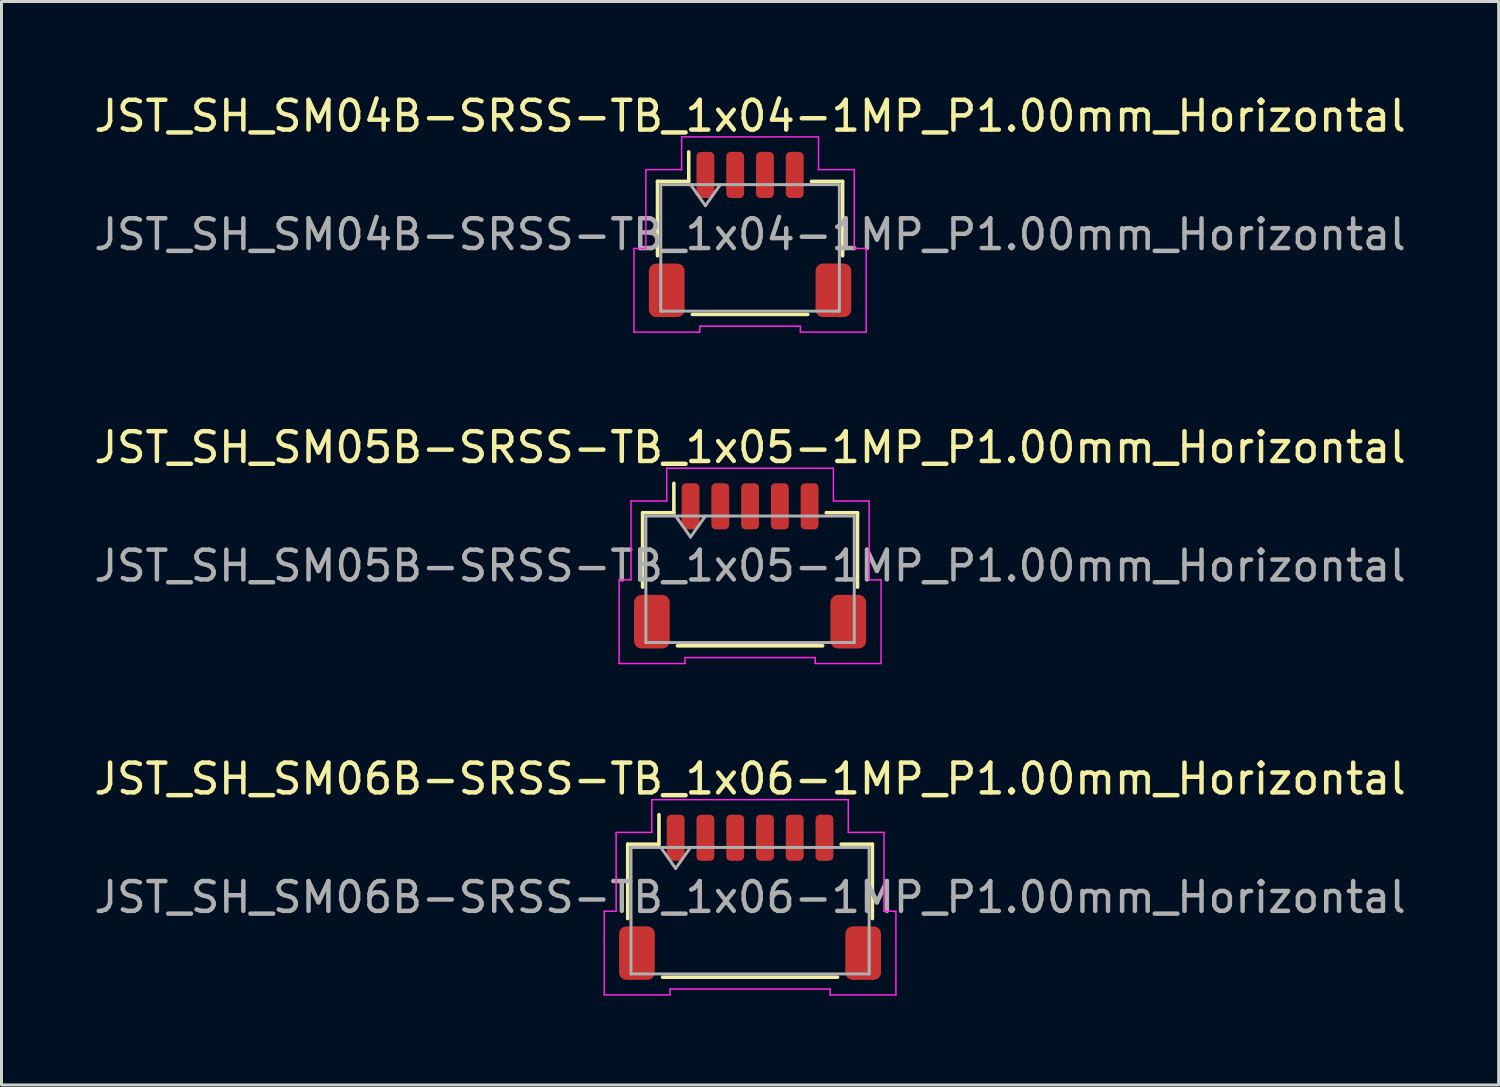
<source format=kicad_pcb>
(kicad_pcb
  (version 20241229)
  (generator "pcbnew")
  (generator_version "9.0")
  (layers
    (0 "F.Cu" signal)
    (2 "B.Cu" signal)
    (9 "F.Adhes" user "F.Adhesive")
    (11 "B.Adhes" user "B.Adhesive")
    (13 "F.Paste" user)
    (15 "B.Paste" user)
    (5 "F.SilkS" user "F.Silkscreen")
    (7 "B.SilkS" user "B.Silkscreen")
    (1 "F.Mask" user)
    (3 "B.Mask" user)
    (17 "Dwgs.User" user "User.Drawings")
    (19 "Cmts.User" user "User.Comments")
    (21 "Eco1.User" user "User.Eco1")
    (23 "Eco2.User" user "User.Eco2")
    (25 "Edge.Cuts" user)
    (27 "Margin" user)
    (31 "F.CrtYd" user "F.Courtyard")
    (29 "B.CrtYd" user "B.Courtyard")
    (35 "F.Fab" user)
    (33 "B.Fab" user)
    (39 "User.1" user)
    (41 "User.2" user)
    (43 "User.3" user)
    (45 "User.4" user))
  (footprint "JST_SH_SM04B-SRSS-TB_1x04-1MP_P1.00mm_Horizontal"
    (layer "F.Cu")
    (at 22.149 4.828)
    (property "Reference" "JST_SH_SM04B-SRSS-TB_1x04-1MP_P1.00mm_Horizontal" (at 0 -3.98 180) (layer "F.SilkS") (effects (font (size 1 1) (thickness 0.15))))
    (attr smd)
    (fp_line (start -3.11 -1.785) (end -2.06 -1.785) (stroke (width 0.12) (type solid)) (layer "F.SilkS"))
    (fp_line (start -3.11 0.715) (end -3.11 -1.785) (stroke (width 0.12) (type solid)) (layer "F.SilkS"))
    (fp_line (start -2.06 -1.785) (end -2.06 -2.775) (stroke (width 0.12) (type solid)) (layer "F.SilkS"))
    (fp_line (start -1.94 2.685) (end 1.94 2.685) (stroke (width 0.12) (type solid)) (layer "F.SilkS"))
    (fp_line (start 3.11 -1.785) (end 2.06 -1.785) (stroke (width 0.12) (type solid)) (layer "F.SilkS"))
    (fp_line (start 3.11 0.715) (end 3.11 -1.785) (stroke (width 0.12) (type solid)) (layer "F.SilkS"))
    (fp_line (start -3.9 0.47) (end -3.5 0.47) (stroke (width 0.05) (type solid)) (layer "F.CrtYd"))
    (fp_line (start -3.9 3.28) (end -3.9 0.47) (stroke (width 0.05) (type solid)) (layer "F.CrtYd"))
    (fp_line (start -3.5 -2.18) (end -2.3 -2.18) (stroke (width 0.05) (type solid)) (layer "F.CrtYd"))
    (fp_line (start -3.5 0.47) (end -3.5 -2.18) (stroke (width 0.05) (type solid)) (layer "F.CrtYd"))
    (fp_line (start -2.3 -3.28) (end 2.3 -3.28) (stroke (width 0.05) (type solid)) (layer "F.CrtYd"))
    (fp_line (start -2.3 -2.18) (end -2.3 -3.28) (stroke (width 0.05) (type solid)) (layer "F.CrtYd"))
    (fp_line (start -1.69 3.08) (end -1.69 3.28) (stroke (width 0.05) (type solid)) (layer "F.CrtYd"))
    (fp_line (start -1.69 3.28) (end -3.9 3.28) (stroke (width 0.05) (type solid)) (layer "F.CrtYd"))
    (fp_line (start 1.69 3.08) (end -1.69 3.08) (stroke (width 0.05) (type solid)) (layer "F.CrtYd"))
    (fp_line (start 1.69 3.28) (end 1.69 3.08) (stroke (width 0.05) (type solid)) (layer "F.CrtYd"))
    (fp_line (start 2.3 -3.28) (end 2.3 -2.18) (stroke (width 0.05) (type solid)) (layer "F.CrtYd"))
    (fp_line (start 2.3 -2.18) (end 3.5 -2.18) (stroke (width 0.05) (type solid)) (layer "F.CrtYd"))
    (fp_line (start 3.5 -2.18) (end 3.5 0.47) (stroke (width 0.05) (type solid)) (layer "F.CrtYd"))
    (fp_line (start 3.5 0.47) (end 3.9 0.47) (stroke (width 0.05) (type solid)) (layer "F.CrtYd"))
    (fp_line (start 3.9 0.47) (end 3.9 3.28) (stroke (width 0.05) (type solid)) (layer "F.CrtYd"))
    (fp_line (start 3.9 3.28) (end 1.69 3.28) (stroke (width 0.05) (type solid)) (layer "F.CrtYd"))
    (fp_line (start -3 -1.675) (end -3 2.575) (stroke (width 0.1) (type solid)) (layer "F.Fab"))
    (fp_line (start -3 -1.675) (end 3 -1.675) (stroke (width 0.1) (type solid)) (layer "F.Fab"))
    (fp_line (start -3 2.575) (end 3 2.575) (stroke (width 0.1) (type solid)) (layer "F.Fab"))
    (fp_line (start -2 -1.675) (end -1.5 -0.968) (stroke (width 0.1) (type solid)) (layer "F.Fab"))
    (fp_line (start -1.5 -0.968) (end -1 -1.675) (stroke (width 0.1) (type solid)) (layer "F.Fab"))
    (fp_line (start 3 -1.675) (end 3 2.575) (stroke (width 0.1) (type solid)) (layer "F.Fab"))
    (fp_text user "${REFERENCE}" (at 0 0 180) (layer "F.Fab") (effects (font (size 1 1) (thickness 0.15))))
    (pad "1" smd roundrect (at -1.5 -2) (size 0.6 1.55) (layers "F.Cu" "F.Mask" "F.Paste") (roundrect_rratio 0.25))
    (pad "2" smd roundrect (at -0.5 -2) (size 0.6 1.55) (layers "F.Cu" "F.Mask" "F.Paste") (roundrect_rratio 0.25))
    (pad "3" smd roundrect (at 0.5 -2) (size 0.6 1.55) (layers "F.Cu" "F.Mask" "F.Paste") (roundrect_rratio 0.25))
    (pad "4" smd roundrect (at 1.5 -2) (size 0.6 1.55) (layers "F.Cu" "F.Mask" "F.Paste") (roundrect_rratio 0.25))
    (pad "MP" smd roundrect (at -2.8 1.875) (size 1.2 1.8) (layers "F.Cu" "F.Mask" "F.Paste") (roundrect_rratio 0.208))
    (pad "MP" smd roundrect (at 2.8 1.875) (size 1.2 1.8) (layers "F.Cu" "F.Mask" "F.Paste") (roundrect_rratio 0.208)))
  (footprint "JST_SH_SM06B-SRSS-TB_1x06-1MP_P1.00mm_Horizontal"
    (layer "F.Cu")
    (at 22.149 27.095)
    (property "Reference" "JST_SH_SM06B-SRSS-TB_1x06-1MP_P1.00mm_Horizontal" (at 0 -3.98 180) (layer "F.SilkS") (effects (font (size 1 1) (thickness 0.15))))
    (attr smd)
    (fp_line (start -4.11 -1.785) (end -3.06 -1.785) (stroke (width 0.12) (type solid)) (layer "F.SilkS"))
    (fp_line (start -4.11 0.715) (end -4.11 -1.785) (stroke (width 0.12) (type solid)) (layer "F.SilkS"))
    (fp_line (start -3.06 -1.785) (end -3.06 -2.775) (stroke (width 0.12) (type solid)) (layer "F.SilkS"))
    (fp_line (start -2.94 2.685) (end 2.94 2.685) (stroke (width 0.12) (type solid)) (layer "F.SilkS"))
    (fp_line (start 4.11 -1.785) (end 3.06 -1.785) (stroke (width 0.12) (type solid)) (layer "F.SilkS"))
    (fp_line (start 4.11 0.715) (end 4.11 -1.785) (stroke (width 0.12) (type solid)) (layer "F.SilkS"))
    (fp_line (start -4.9 0.47) (end -4.5 0.47) (stroke (width 0.05) (type solid)) (layer "F.CrtYd"))
    (fp_line (start -4.9 3.28) (end -4.9 0.47) (stroke (width 0.05) (type solid)) (layer "F.CrtYd"))
    (fp_line (start -4.5 -2.18) (end -3.3 -2.18) (stroke (width 0.05) (type solid)) (layer "F.CrtYd"))
    (fp_line (start -4.5 0.47) (end -4.5 -2.18) (stroke (width 0.05) (type solid)) (layer "F.CrtYd"))
    (fp_line (start -3.3 -3.28) (end 3.3 -3.28) (stroke (width 0.05) (type solid)) (layer "F.CrtYd"))
    (fp_line (start -3.3 -2.18) (end -3.3 -3.28) (stroke (width 0.05) (type solid)) (layer "F.CrtYd"))
    (fp_line (start -2.69 3.08) (end -2.69 3.28) (stroke (width 0.05) (type solid)) (layer "F.CrtYd"))
    (fp_line (start -2.69 3.28) (end -4.9 3.28) (stroke (width 0.05) (type solid)) (layer "F.CrtYd"))
    (fp_line (start 2.69 3.08) (end -2.69 3.08) (stroke (width 0.05) (type solid)) (layer "F.CrtYd"))
    (fp_line (start 2.69 3.28) (end 2.69 3.08) (stroke (width 0.05) (type solid)) (layer "F.CrtYd"))
    (fp_line (start 3.3 -3.28) (end 3.3 -2.18) (stroke (width 0.05) (type solid)) (layer "F.CrtYd"))
    (fp_line (start 3.3 -2.18) (end 4.5 -2.18) (stroke (width 0.05) (type solid)) (layer "F.CrtYd"))
    (fp_line (start 4.5 -2.18) (end 4.5 0.47) (stroke (width 0.05) (type solid)) (layer "F.CrtYd"))
    (fp_line (start 4.5 0.47) (end 4.9 0.47) (stroke (width 0.05) (type solid)) (layer "F.CrtYd"))
    (fp_line (start 4.9 0.47) (end 4.9 3.28) (stroke (width 0.05) (type solid)) (layer "F.CrtYd"))
    (fp_line (start 4.9 3.28) (end 2.69 3.28) (stroke (width 0.05) (type solid)) (layer "F.CrtYd"))
    (fp_line (start -4 -1.675) (end -4 2.575) (stroke (width 0.1) (type solid)) (layer "F.Fab"))
    (fp_line (start -4 -1.675) (end 4 -1.675) (stroke (width 0.1) (type solid)) (layer "F.Fab"))
    (fp_line (start -4 2.575) (end 4 2.575) (stroke (width 0.1) (type solid)) (layer "F.Fab"))
    (fp_line (start -3 -1.675) (end -2.5 -0.968) (stroke (width 0.1) (type solid)) (layer "F.Fab"))
    (fp_line (start -2.5 -0.968) (end -2 -1.675) (stroke (width 0.1) (type solid)) (layer "F.Fab"))
    (fp_line (start 4 -1.675) (end 4 2.575) (stroke (width 0.1) (type solid)) (layer "F.Fab"))
    (fp_text user "${REFERENCE}" (at 0 0 180) (layer "F.Fab") (effects (font (size 1 1) (thickness 0.15))))
    (pad "1" smd roundrect (at -2.5 -2) (size 0.6 1.55) (layers "F.Cu" "F.Mask" "F.Paste") (roundrect_rratio 0.25))
    (pad "2" smd roundrect (at -1.5 -2) (size 0.6 1.55) (layers "F.Cu" "F.Mask" "F.Paste") (roundrect_rratio 0.25))
    (pad "3" smd roundrect (at -0.5 -2) (size 0.6 1.55) (layers "F.Cu" "F.Mask" "F.Paste") (roundrect_rratio 0.25))
    (pad "4" smd roundrect (at 0.5 -2) (size 0.6 1.55) (layers "F.Cu" "F.Mask" "F.Paste") (roundrect_rratio 0.25))
    (pad "5" smd roundrect (at 1.5 -2) (size 0.6 1.55) (layers "F.Cu" "F.Mask" "F.Paste") (roundrect_rratio 0.25))
    (pad "6" smd roundrect (at 2.5 -2) (size 0.6 1.55) (layers "F.Cu" "F.Mask" "F.Paste") (roundrect_rratio 0.25))
    (pad "MP" smd roundrect (at -3.8 1.875) (size 1.2 1.8) (layers "F.Cu" "F.Mask" "F.Paste") (roundrect_rratio 0.208))
    (pad "MP" smd roundrect (at 3.8 1.875) (size 1.2 1.8) (layers "F.Cu" "F.Mask" "F.Paste") (roundrect_rratio 0.208)))
  (footprint "JST_SH_SM05B-SRSS-TB_1x05-1MP_P1.00mm_Horizontal"
    (layer "F.Cu")
    (at 22.149 15.961)
    (property "Reference" "JST_SH_SM05B-SRSS-TB_1x05-1MP_P1.00mm_Horizontal" (at 0 -3.98 180) (layer "F.SilkS") (effects (font (size 1 1) (thickness 0.15))))
    (attr smd)
    (fp_line (start -3.61 -1.785) (end -2.56 -1.785) (stroke (width 0.12) (type solid)) (layer "F.SilkS"))
    (fp_line (start -3.61 0.715) (end -3.61 -1.785) (stroke (width 0.12) (type solid)) (layer "F.SilkS"))
    (fp_line (start -2.56 -1.785) (end -2.56 -2.775) (stroke (width 0.12) (type solid)) (layer "F.SilkS"))
    (fp_line (start -2.44 2.685) (end 2.44 2.685) (stroke (width 0.12) (type solid)) (layer "F.SilkS"))
    (fp_line (start 3.61 -1.785) (end 2.56 -1.785) (stroke (width 0.12) (type solid)) (layer "F.SilkS"))
    (fp_line (start 3.61 0.715) (end 3.61 -1.785) (stroke (width 0.12) (type solid)) (layer "F.SilkS"))
    (fp_line (start -4.4 0.47) (end -4 0.47) (stroke (width 0.05) (type solid)) (layer "F.CrtYd"))
    (fp_line (start -4.4 3.28) (end -4.4 0.47) (stroke (width 0.05) (type solid)) (layer "F.CrtYd"))
    (fp_line (start -4 -2.18) (end -2.8 -2.18) (stroke (width 0.05) (type solid)) (layer "F.CrtYd"))
    (fp_line (start -4 0.47) (end -4 -2.18) (stroke (width 0.05) (type solid)) (layer "F.CrtYd"))
    (fp_line (start -2.8 -3.28) (end 2.8 -3.28) (stroke (width 0.05) (type solid)) (layer "F.CrtYd"))
    (fp_line (start -2.8 -2.18) (end -2.8 -3.28) (stroke (width 0.05) (type solid)) (layer "F.CrtYd"))
    (fp_line (start -2.19 3.08) (end -2.19 3.28) (stroke (width 0.05) (type solid)) (layer "F.CrtYd"))
    (fp_line (start -2.19 3.28) (end -4.4 3.28) (stroke (width 0.05) (type solid)) (layer "F.CrtYd"))
    (fp_line (start 2.19 3.08) (end -2.19 3.08) (stroke (width 0.05) (type solid)) (layer "F.CrtYd"))
    (fp_line (start 2.19 3.28) (end 2.19 3.08) (stroke (width 0.05) (type solid)) (layer "F.CrtYd"))
    (fp_line (start 2.8 -3.28) (end 2.8 -2.18) (stroke (width 0.05) (type solid)) (layer "F.CrtYd"))
    (fp_line (start 2.8 -2.18) (end 4 -2.18) (stroke (width 0.05) (type solid)) (layer "F.CrtYd"))
    (fp_line (start 4 -2.18) (end 4 0.47) (stroke (width 0.05) (type solid)) (layer "F.CrtYd"))
    (fp_line (start 4 0.47) (end 4.4 0.47) (stroke (width 0.05) (type solid)) (layer "F.CrtYd"))
    (fp_line (start 4.4 0.47) (end 4.4 3.28) (stroke (width 0.05) (type solid)) (layer "F.CrtYd"))
    (fp_line (start 4.4 3.28) (end 2.19 3.28) (stroke (width 0.05) (type solid)) (layer "F.CrtYd"))
    (fp_line (start -3.5 -1.675) (end -3.5 2.575) (stroke (width 0.1) (type solid)) (layer "F.Fab"))
    (fp_line (start -3.5 -1.675) (end 3.5 -1.675) (stroke (width 0.1) (type solid)) (layer "F.Fab"))
    (fp_line (start -3.5 2.575) (end 3.5 2.575) (stroke (width 0.1) (type solid)) (layer "F.Fab"))
    (fp_line (start -2.5 -1.675) (end -2 -0.968) (stroke (width 0.1) (type solid)) (layer "F.Fab"))
    (fp_line (start -2 -0.968) (end -1.5 -1.675) (stroke (width 0.1) (type solid)) (layer "F.Fab"))
    (fp_line (start 3.5 -1.675) (end 3.5 2.575) (stroke (width 0.1) (type solid)) (layer "F.Fab"))
    (fp_text user "${REFERENCE}" (at 0 0 180) (layer "F.Fab") (effects (font (size 1 1) (thickness 0.15))))
    (pad "1" smd roundrect (at -2 -2) (size 0.6 1.55) (layers "F.Cu" "F.Mask" "F.Paste") (roundrect_rratio 0.25))
    (pad "2" smd roundrect (at -1 -2) (size 0.6 1.55) (layers "F.Cu" "F.Mask" "F.Paste") (roundrect_rratio 0.25))
    (pad "3" smd roundrect (at 0 -2) (size 0.6 1.55) (layers "F.Cu" "F.Mask" "F.Paste") (roundrect_rratio 0.25))
    (pad "4" smd roundrect (at 1 -2) (size 0.6 1.55) (layers "F.Cu" "F.Mask" "F.Paste") (roundrect_rratio 0.25))
    (pad "5" smd roundrect (at 2 -2) (size 0.6 1.55) (layers "F.Cu" "F.Mask" "F.Paste") (roundrect_rratio 0.25))
    (pad "MP" smd roundrect (at -3.3 1.875) (size 1.2 1.8) (layers "F.Cu" "F.Mask" "F.Paste") (roundrect_rratio 0.208))
    (pad "MP" smd roundrect (at 3.3 1.875) (size 1.2 1.8) (layers "F.Cu" "F.Mask" "F.Paste") (roundrect_rratio 0.208)))
  (gr_rect
    (start -3 -3)
    (end 47.298 33.4)
    (stroke (width 0.1) (type default))
    (fill no)
    (layer "Edge.Cuts")))
</source>
